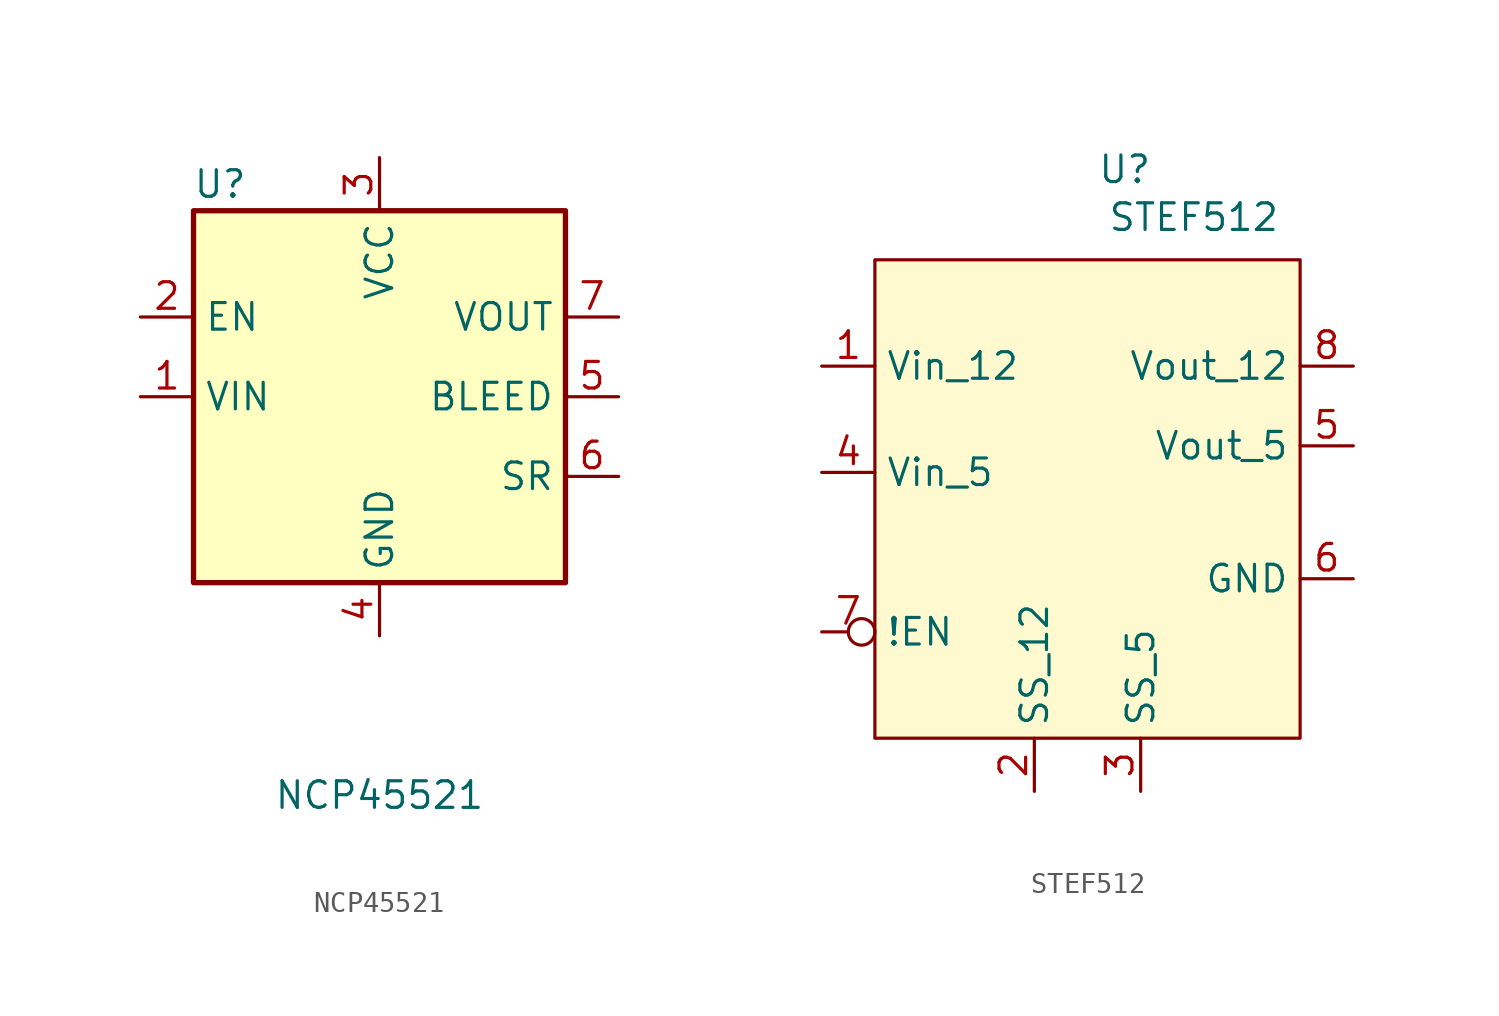
<source format=kicad_sym>
(kicad_symbol_lib
  (version 20241209)
  (generator "kicad_symbol_editor")
  (generator_version "9.0")
  (symbol "NCP45521"
    (property "Reference" "U"
      (at -7.62 10.16 0)
      (effects (font (size 1.27 1.27))))
    (property "Value" "NCP45521"
      (at 0 -19.05 0)
      (effects (font (size 1.27 1.27))))
    (symbol "NCP45521_0_1"
      (rectangle (start -8.89 8.89) (end 8.89 -8.89) (stroke (width 0.254) (type default)) (fill (type background))))
    (symbol "NCP45521_1_1"
      (pin passive line (at -11.43 3.81 0) (length 2.54) (name "EN" (effects (font (size 1.27 1.27)))) (number "2" (effects (font (size 1.27 1.27)))))
      (pin input line (at -11.43 0 0) (length 2.54) (name "VIN" (effects (font (size 1.27 1.27)))) (number "1" (effects (font (size 1.27 1.27)))))
      (pin input line (at -11.43 0 0) (length 2.54) (hide yes) (name "VIN" (effects (font (size 1.27 1.27)))) (number "9" (effects (font (size 1.27 1.27)))))
      (pin power_in line (at 0 11.43 270) (length 2.54) (name "VCC" (effects (font (size 1.27 1.27)))) (number "3" (effects (font (size 1.27 1.27)))))
      (pin power_out line (at 0 -11.43 90) (length 2.54) (name "GND" (effects (font (size 1.27 1.27)))) (number "4" (effects (font (size 1.27 1.27)))))
      (pin output line (at 11.43 3.81 180) (length 2.54) (name "VOUT" (effects (font (size 1.27 1.27)))) (number "7" (effects (font (size 1.27 1.27)))))
      (pin passive line (at 11.43 0 180) (length 2.54) (name "BLEED" (effects (font (size 1.27 1.27)))) (number "5" (effects (font (size 1.27 1.27)))))
      (pin passive line (at 11.43 -3.81 180) (length 2.54) (name "SR" (effects (font (size 1.27 1.27)))) (number "6" (effects (font (size 1.27 1.27)))))))
  (symbol "STEF512"
    (property "Reference" "U"
      (at 1.778 15.748 0)
      (effects (font (size 1.27 1.27))))
    (property "Value" "STEF512"
      (at 5.08 13.462 0)
      (effects (font (size 1.27 1.27))))
    (symbol "STEF512_0_1"
      (rectangle (start -10.16 11.43) (end 10.16 -11.43) (stroke (width 0) (type default)) (fill (type color) (color 255 249 208 1))))
    (symbol "STEF512_1_1"
      (pin power_in line (at -12.7 6.35 0) (length 2.54) (name "Vin_12" (effects (font (size 1.27 1.27)))) (number "1" (effects (font (size 1.27 1.27)))))
      (pin power_in line (at -12.7 1.27 0) (length 2.54) (name "Vin_5" (effects (font (size 1.27 1.27)))) (number "4" (effects (font (size 1.27 1.27)))))
      (pin input inverted (at -12.7 -6.35 0) (length 2.54) (name "!EN" (effects (font (size 1.27 1.27)))) (number "7" (effects (font (size 1.27 1.27)))))
      (pin passive line (at -2.54 -13.97 90) (length 2.54) (name "SS_12" (effects (font (size 1.27 1.27)))) (number "2" (effects (font (size 1.27 1.27)))))
      (pin passive line (at 2.54 -13.97 90) (length 2.54) (name "SS_5" (effects (font (size 1.27 1.27)))) (number "3" (effects (font (size 1.27 1.27)))))
      (pin power_out line (at 12.7 6.35 180) (length 2.54) (name "Vout_12" (effects (font (size 1.27 1.27)))) (number "8" (effects (font (size 1.27 1.27)))))
      (pin power_out line (at 12.7 2.54 180) (length 2.54) (name "Vout_5" (effects (font (size 1.27 1.27)))) (number "5" (effects (font (size 1.27 1.27)))))
      (pin passive line (at 12.7 -3.81 180) (length 2.54) (name "GND" (effects (font (size 1.27 1.27)))) (number "6" (effects (font (size 1.27 1.27))))))))
</source>
